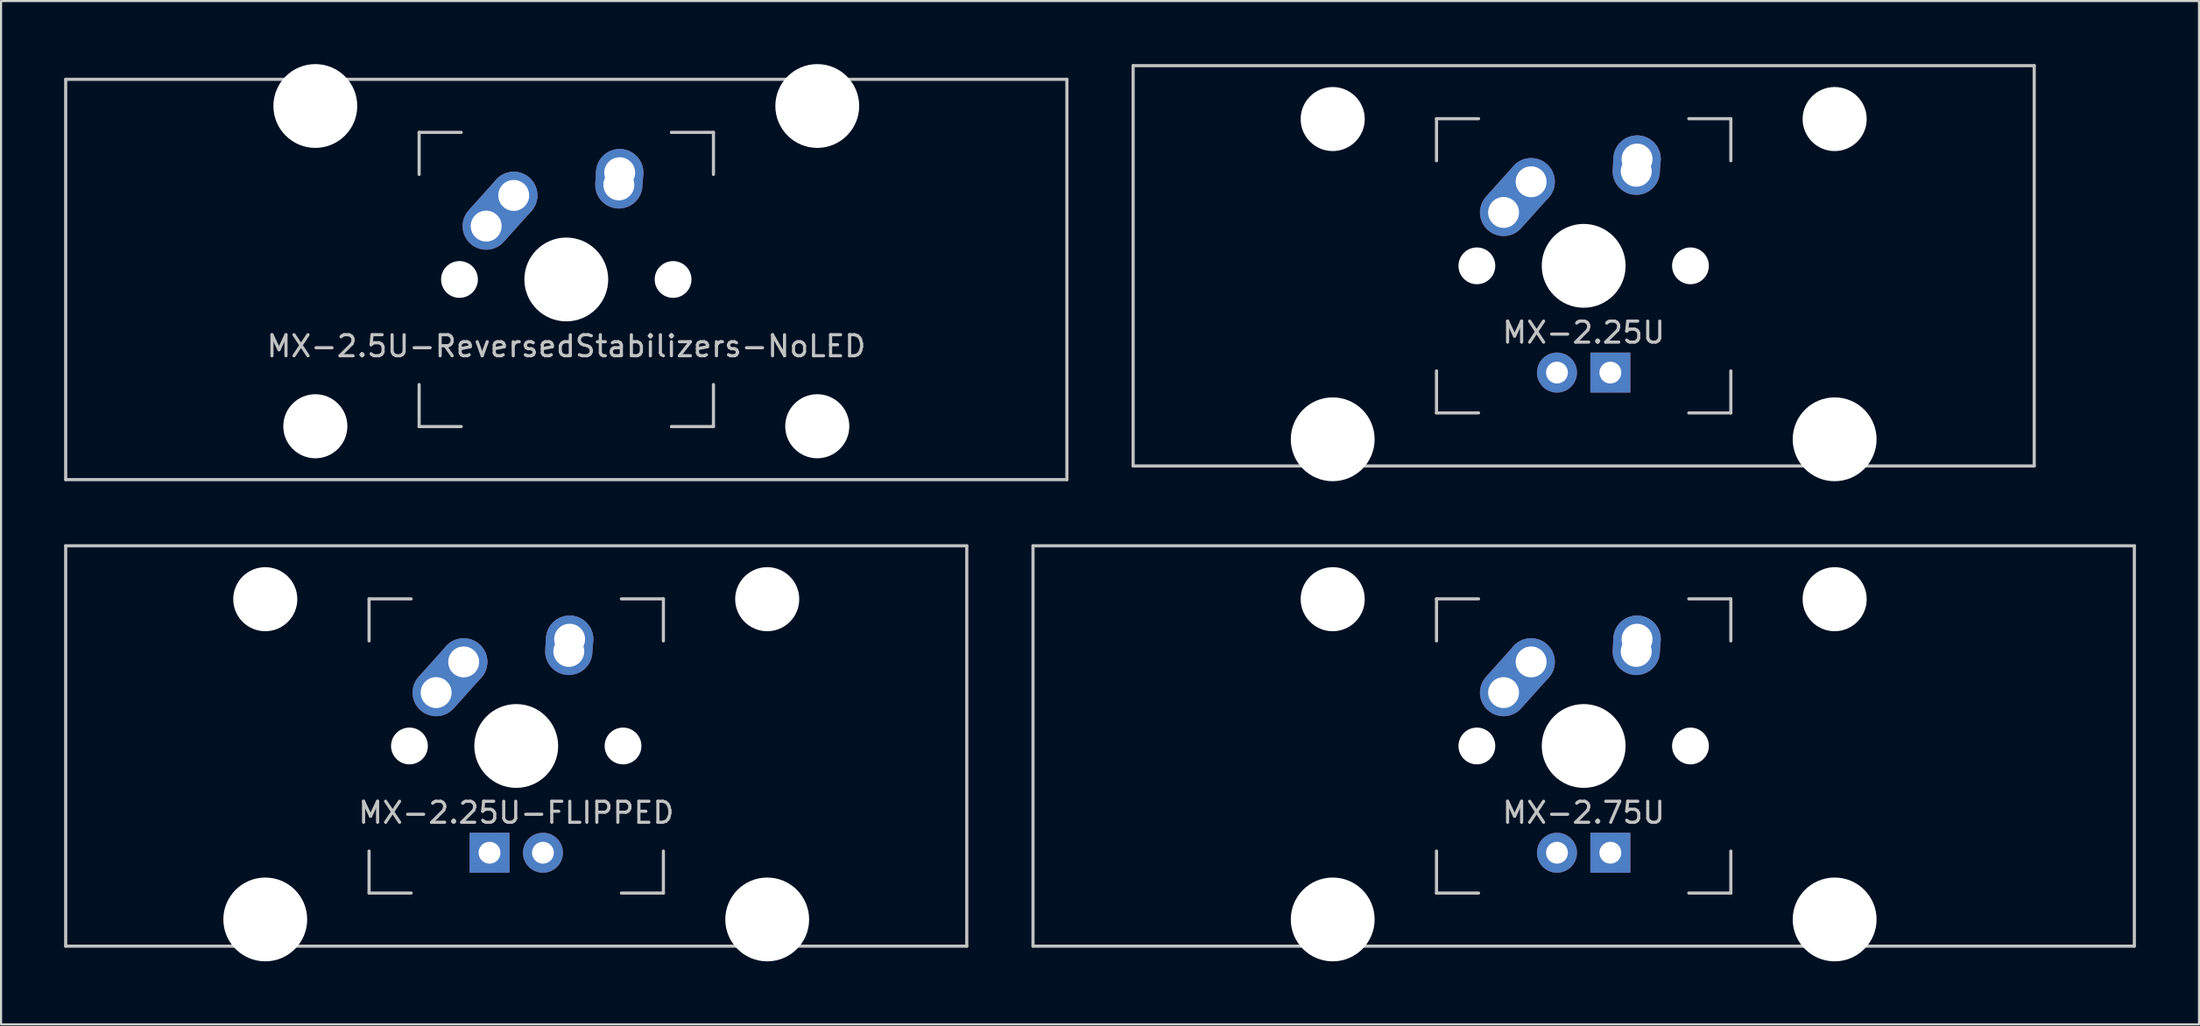
<source format=kicad_pcb>
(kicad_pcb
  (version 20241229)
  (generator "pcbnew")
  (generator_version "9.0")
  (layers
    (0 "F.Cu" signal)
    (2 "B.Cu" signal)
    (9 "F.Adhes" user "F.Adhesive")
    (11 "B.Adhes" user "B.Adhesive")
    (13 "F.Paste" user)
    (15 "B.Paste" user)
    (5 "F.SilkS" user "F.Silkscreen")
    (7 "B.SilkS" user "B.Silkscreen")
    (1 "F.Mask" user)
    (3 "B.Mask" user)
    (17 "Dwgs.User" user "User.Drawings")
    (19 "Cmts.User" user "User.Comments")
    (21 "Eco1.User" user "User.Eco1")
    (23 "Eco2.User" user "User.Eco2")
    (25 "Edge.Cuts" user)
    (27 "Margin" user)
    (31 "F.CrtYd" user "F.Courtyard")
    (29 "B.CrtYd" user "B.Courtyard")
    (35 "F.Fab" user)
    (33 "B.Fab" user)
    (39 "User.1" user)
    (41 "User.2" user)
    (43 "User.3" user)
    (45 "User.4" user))
  (footprint "MX-2.25U"
    (layer "F.Cu")
    (at 72.281 9.6)
    (property "Reference" "MX-2.25U" (at 0 3.175 0) (layer "Dwgs.User") (effects (font (size 1 1) (thickness 0.15))))
    (attr through_hole)
    (fp_line (start -21.431 -9.525) (end 21.431 -9.525) (stroke (width 0.15) (type solid)) (layer "Dwgs.User"))
    (fp_line (start -21.431 9.525) (end -21.431 -9.525) (stroke (width 0.15) (type solid)) (layer "Dwgs.User"))
    (fp_line (start -21.431 9.525) (end 21.431 9.525) (stroke (width 0.15) (type solid)) (layer "Dwgs.User"))
    (fp_line (start -7 -7) (end -7 -5) (stroke (width 0.15) (type solid)) (layer "Dwgs.User"))
    (fp_line (start -7 5) (end -7 7) (stroke (width 0.15) (type solid)) (layer "Dwgs.User"))
    (fp_line (start -7 7) (end -5 7) (stroke (width 0.15) (type solid)) (layer "Dwgs.User"))
    (fp_line (start -5 -7) (end -7 -7) (stroke (width 0.15) (type solid)) (layer "Dwgs.User"))
    (fp_line (start 5 -7) (end 7 -7) (stroke (width 0.15) (type solid)) (layer "Dwgs.User"))
    (fp_line (start 5 7) (end 7 7) (stroke (width 0.15) (type solid)) (layer "Dwgs.User"))
    (fp_line (start 7 -7) (end 7 -5) (stroke (width 0.15) (type solid)) (layer "Dwgs.User"))
    (fp_line (start 7 7) (end 7 5) (stroke (width 0.15) (type solid)) (layer "Dwgs.User"))
    (fp_line (start 21.431 -9.525) (end 21.431 9.525) (stroke (width 0.15) (type solid)) (layer "Dwgs.User"))
    (pad "" np_thru_hole circle (at -11.938 -6.985) (size 3.048 3.048) (drill 3.048) (layers "*.Cu" "*.Mask"))
    (pad "" np_thru_hole circle (at -11.938 8.255) (size 3.988 3.988) (drill 3.988) (layers "*.Cu" "*.Mask"))
    (pad "" np_thru_hole circle (at -5.08 0 48.1) (size 1.75 1.75) (drill 1.75) (layers "*.Cu" "*.Mask"))
    (pad "" np_thru_hole circle (at 0 0) (size 3.988 3.988) (drill 3.988) (layers "*.Cu" "*.Mask"))
    (pad "" np_thru_hole circle (at 5.08 0 48.1) (size 1.75 1.75) (drill 1.75) (layers "*.Cu" "*.Mask"))
    (pad "" np_thru_hole circle (at 11.938 -6.985) (size 3.048 3.048) (drill 3.048) (layers "*.Cu" "*.Mask"))
    (pad "" np_thru_hole circle (at 11.938 8.255) (size 3.988 3.988) (drill 3.988) (layers "*.Cu" "*.Mask"))
    (pad "1" thru_hole oval (at -3.81 -2.54 48.1) (size 4.212 2.25) (drill 1.47 (offset 0.981 0)) (layers "*.Cu" "*.Mask"))
    (pad "1" thru_hole circle (at -2.5 -4) (size 2.25 2.25) (drill 1.47) (layers "*.Cu" "*.Mask"))
    (pad "2" thru_hole oval (at 2.5 -4.5 86.055) (size 2.831 2.25) (drill 1.47 (offset 0.291 0)) (layers "*.Cu" "*.Mask"))
    (pad "2" thru_hole circle (at 2.54 -5.08) (size 2.25 2.25) (drill 1.47) (layers "*.Cu" "*.Mask"))
    (pad "3" thru_hole circle (at -1.27 5.08) (size 1.905 1.905) (drill 1.04) (layers "*.Cu" "*.Mask"))
    (pad "4" thru_hole rect (at 1.27 5.08) (size 1.905 1.905) (drill 1.04) (layers "*.Cu" "*.Mask")))
  (footprint "MX-2.25U-FLIPPED"
    (layer "F.Cu")
    (at 21.506 32.449)
    (property "Reference" "MX-2.25U-FLIPPED" (at 0 3.175 0) (layer "Dwgs.User") (effects (font (size 1 1) (thickness 0.15))))
    (attr through_hole)
    (fp_line (start -21.431 -9.525) (end 21.431 -9.525) (stroke (width 0.15) (type solid)) (layer "Dwgs.User"))
    (fp_line (start -21.431 9.525) (end -21.431 -9.525) (stroke (width 0.15) (type solid)) (layer "Dwgs.User"))
    (fp_line (start -21.431 9.525) (end 21.431 9.525) (stroke (width 0.15) (type solid)) (layer "Dwgs.User"))
    (fp_line (start -7 -7) (end -7 -5) (stroke (width 0.15) (type solid)) (layer "Dwgs.User"))
    (fp_line (start -7 5) (end -7 7) (stroke (width 0.15) (type solid)) (layer "Dwgs.User"))
    (fp_line (start -7 7) (end -5 7) (stroke (width 0.15) (type solid)) (layer "Dwgs.User"))
    (fp_line (start -5 -7) (end -7 -7) (stroke (width 0.15) (type solid)) (layer "Dwgs.User"))
    (fp_line (start 5 -7) (end 7 -7) (stroke (width 0.15) (type solid)) (layer "Dwgs.User"))
    (fp_line (start 5 7) (end 7 7) (stroke (width 0.15) (type solid)) (layer "Dwgs.User"))
    (fp_line (start 7 -7) (end 7 -5) (stroke (width 0.15) (type solid)) (layer "Dwgs.User"))
    (fp_line (start 7 7) (end 7 5) (stroke (width 0.15) (type solid)) (layer "Dwgs.User"))
    (fp_line (start 21.431 -9.525) (end 21.431 9.525) (stroke (width 0.15) (type solid)) (layer "Dwgs.User"))
    (pad "" np_thru_hole circle (at -11.938 -6.985) (size 3.048 3.048) (drill 3.048) (layers "*.Cu" "*.Mask"))
    (pad "" np_thru_hole circle (at -11.938 8.255) (size 3.988 3.988) (drill 3.988) (layers "*.Cu" "*.Mask"))
    (pad "" np_thru_hole circle (at -5.08 0 48.1) (size 1.75 1.75) (drill 1.75) (layers "*.Cu" "*.Mask"))
    (pad "" np_thru_hole circle (at 0 0) (size 3.988 3.988) (drill 3.988) (layers "*.Cu" "*.Mask"))
    (pad "" np_thru_hole circle (at 5.08 0 48.1) (size 1.75 1.75) (drill 1.75) (layers "*.Cu" "*.Mask"))
    (pad "" np_thru_hole circle (at 11.938 -6.985) (size 3.048 3.048) (drill 3.048) (layers "*.Cu" "*.Mask"))
    (pad "" np_thru_hole circle (at 11.938 8.255) (size 3.988 3.988) (drill 3.988) (layers "*.Cu" "*.Mask"))
    (pad "1" thru_hole oval (at -3.81 -2.54 48.1) (size 4.212 2.25) (drill 1.47 (offset 0.981 0)) (layers "*.Cu" "*.Mask"))
    (pad "1" thru_hole circle (at -2.5 -4) (size 2.25 2.25) (drill 1.47) (layers "*.Cu" "*.Mask"))
    (pad "2" thru_hole oval (at 2.5 -4.5 86.055) (size 2.831 2.25) (drill 1.47 (offset 0.291 0)) (layers "*.Cu" "*.Mask"))
    (pad "2" thru_hole circle (at 2.54 -5.08) (size 2.25 2.25) (drill 1.47) (layers "*.Cu" "*.Mask"))
    (pad "3" thru_hole circle (at 1.27 5.08) (size 1.905 1.905) (drill 1.04) (layers "*.Cu" "*.Mask"))
    (pad "4" thru_hole rect (at -1.27 5.08) (size 1.905 1.905) (drill 1.04) (layers "*.Cu" "*.Mask")))
  (footprint "MX-2.5U-ReversedStabilizers-NoLED"
    (layer "F.Cu")
    (at 23.887 10.249)
    (property "Reference" "MX-2.5U-ReversedStabilizers-NoLED" (at 0 3.175 0) (layer "Dwgs.User") (effects (font (size 1 1) (thickness 0.15))))
    (attr through_hole)
    (fp_line (start -23.812 -9.525) (end 23.812 -9.525) (stroke (width 0.15) (type solid)) (layer "Dwgs.User"))
    (fp_line (start -23.812 9.525) (end -23.812 -9.525) (stroke (width 0.15) (type solid)) (layer "Dwgs.User"))
    (fp_line (start -23.812 9.525) (end 23.812 9.525) (stroke (width 0.15) (type solid)) (layer "Dwgs.User"))
    (fp_line (start -7 -7) (end -7 -5) (stroke (width 0.15) (type solid)) (layer "Dwgs.User"))
    (fp_line (start -7 5) (end -7 7) (stroke (width 0.15) (type solid)) (layer "Dwgs.User"))
    (fp_line (start -7 7) (end -5 7) (stroke (width 0.15) (type solid)) (layer "Dwgs.User"))
    (fp_line (start -5 -7) (end -7 -7) (stroke (width 0.15) (type solid)) (layer "Dwgs.User"))
    (fp_line (start 5 -7) (end 7 -7) (stroke (width 0.15) (type solid)) (layer "Dwgs.User"))
    (fp_line (start 5 7) (end 7 7) (stroke (width 0.15) (type solid)) (layer "Dwgs.User"))
    (fp_line (start 7 -7) (end 7 -5) (stroke (width 0.15) (type solid)) (layer "Dwgs.User"))
    (fp_line (start 7 7) (end 7 5) (stroke (width 0.15) (type solid)) (layer "Dwgs.User"))
    (fp_line (start 23.812 -9.525) (end 23.812 9.525) (stroke (width 0.15) (type solid)) (layer "Dwgs.User"))
    (pad "" np_thru_hole circle (at -11.938 -8.255) (size 3.988 3.988) (drill 3.988) (layers "*.Cu" "*.Mask"))
    (pad "" np_thru_hole circle (at -11.938 6.985) (size 3.048 3.048) (drill 3.048) (layers "*.Cu" "*.Mask"))
    (pad "" np_thru_hole circle (at -5.08 0 48.1) (size 1.75 1.75) (drill 1.75) (layers "*.Cu" "*.Mask"))
    (pad "" np_thru_hole circle (at 0 0) (size 3.988 3.988) (drill 3.988) (layers "*.Cu" "*.Mask"))
    (pad "" np_thru_hole circle (at 5.08 0 48.1) (size 1.75 1.75) (drill 1.75) (layers "*.Cu" "*.Mask"))
    (pad "" np_thru_hole circle (at 11.938 -8.255) (size 3.988 3.988) (drill 3.988) (layers "*.Cu" "*.Mask"))
    (pad "" np_thru_hole circle (at 11.938 6.985) (size 3.048 3.048) (drill 3.048) (layers "*.Cu" "*.Mask"))
    (pad "1" thru_hole oval (at -3.81 -2.54 48.1) (size 4.212 2.25) (drill 1.47 (offset 0.981 0)) (layers "*.Cu" "*.Mask"))
    (pad "1" thru_hole circle (at -2.5 -4) (size 2.25 2.25) (drill 1.47) (layers "*.Cu" "*.Mask"))
    (pad "2" thru_hole oval (at 2.5 -4.5 86.055) (size 2.831 2.25) (drill 1.47 (offset 0.291 0)) (layers "*.Cu" "*.Mask"))
    (pad "2" thru_hole circle (at 2.54 -5.08) (size 2.25 2.25) (drill 1.47) (layers "*.Cu" "*.Mask")))
  (footprint "MX-2.75U"
    (layer "F.Cu")
    (at 72.281 32.449)
    (property "Reference" "MX-2.75U" (at 0 3.175 0) (layer "Dwgs.User") (effects (font (size 1 1) (thickness 0.15))))
    (attr through_hole)
    (fp_line (start -26.194 -9.525) (end 26.194 -9.525) (stroke (width 0.15) (type solid)) (layer "Dwgs.User"))
    (fp_line (start -26.194 9.525) (end -26.194 -9.525) (stroke (width 0.15) (type solid)) (layer "Dwgs.User"))
    (fp_line (start -26.194 9.525) (end 26.194 9.525) (stroke (width 0.15) (type solid)) (layer "Dwgs.User"))
    (fp_line (start -7 -7) (end -7 -5) (stroke (width 0.15) (type solid)) (layer "Dwgs.User"))
    (fp_line (start -7 5) (end -7 7) (stroke (width 0.15) (type solid)) (layer "Dwgs.User"))
    (fp_line (start -7 7) (end -5 7) (stroke (width 0.15) (type solid)) (layer "Dwgs.User"))
    (fp_line (start -5 -7) (end -7 -7) (stroke (width 0.15) (type solid)) (layer "Dwgs.User"))
    (fp_line (start 5 -7) (end 7 -7) (stroke (width 0.15) (type solid)) (layer "Dwgs.User"))
    (fp_line (start 5 7) (end 7 7) (stroke (width 0.15) (type solid)) (layer "Dwgs.User"))
    (fp_line (start 7 -7) (end 7 -5) (stroke (width 0.15) (type solid)) (layer "Dwgs.User"))
    (fp_line (start 7 7) (end 7 5) (stroke (width 0.15) (type solid)) (layer "Dwgs.User"))
    (fp_line (start 26.194 -9.525) (end 26.194 9.525) (stroke (width 0.15) (type solid)) (layer "Dwgs.User"))
    (pad "" np_thru_hole circle (at -11.938 -6.985) (size 3.048 3.048) (drill 3.048) (layers "*.Cu" "*.Mask"))
    (pad "" np_thru_hole circle (at -11.938 8.255) (size 3.988 3.988) (drill 3.988) (layers "*.Cu" "*.Mask"))
    (pad "" np_thru_hole circle (at -5.08 0 48.1) (size 1.75 1.75) (drill 1.75) (layers "*.Cu" "*.Mask"))
    (pad "" np_thru_hole circle (at 0 0) (size 3.988 3.988) (drill 3.988) (layers "*.Cu" "*.Mask"))
    (pad "" np_thru_hole circle (at 5.08 0 48.1) (size 1.75 1.75) (drill 1.75) (layers "*.Cu" "*.Mask"))
    (pad "" np_thru_hole circle (at 11.938 -6.985) (size 3.048 3.048) (drill 3.048) (layers "*.Cu" "*.Mask"))
    (pad "" np_thru_hole circle (at 11.938 8.255) (size 3.988 3.988) (drill 3.988) (layers "*.Cu" "*.Mask"))
    (pad "1" thru_hole oval (at -3.81 -2.54 48.1) (size 4.212 2.25) (drill 1.47 (offset 0.981 0)) (layers "*.Cu" "*.Mask"))
    (pad "1" thru_hole circle (at -2.5 -4) (size 2.25 2.25) (drill 1.47) (layers "*.Cu" "*.Mask"))
    (pad "2" thru_hole oval (at 2.5 -4.5 86.055) (size 2.831 2.25) (drill 1.47 (offset 0.291 0)) (layers "*.Cu" "*.Mask"))
    (pad "2" thru_hole circle (at 2.54 -5.08) (size 2.25 2.25) (drill 1.47) (layers "*.Cu" "*.Mask"))
    (pad "3" thru_hole circle (at -1.27 5.08) (size 1.905 1.905) (drill 1.04) (layers "*.Cu" "*.Mask"))
    (pad "4" thru_hole rect (at 1.27 5.08) (size 1.905 1.905) (drill 1.04) (layers "*.Cu" "*.Mask")))
  (gr_rect
    (start -3 -3)
    (end 101.55 45.698)
    (stroke (width 0.1) (type default))
    (fill no)
    (layer "Edge.Cuts")))
</source>
